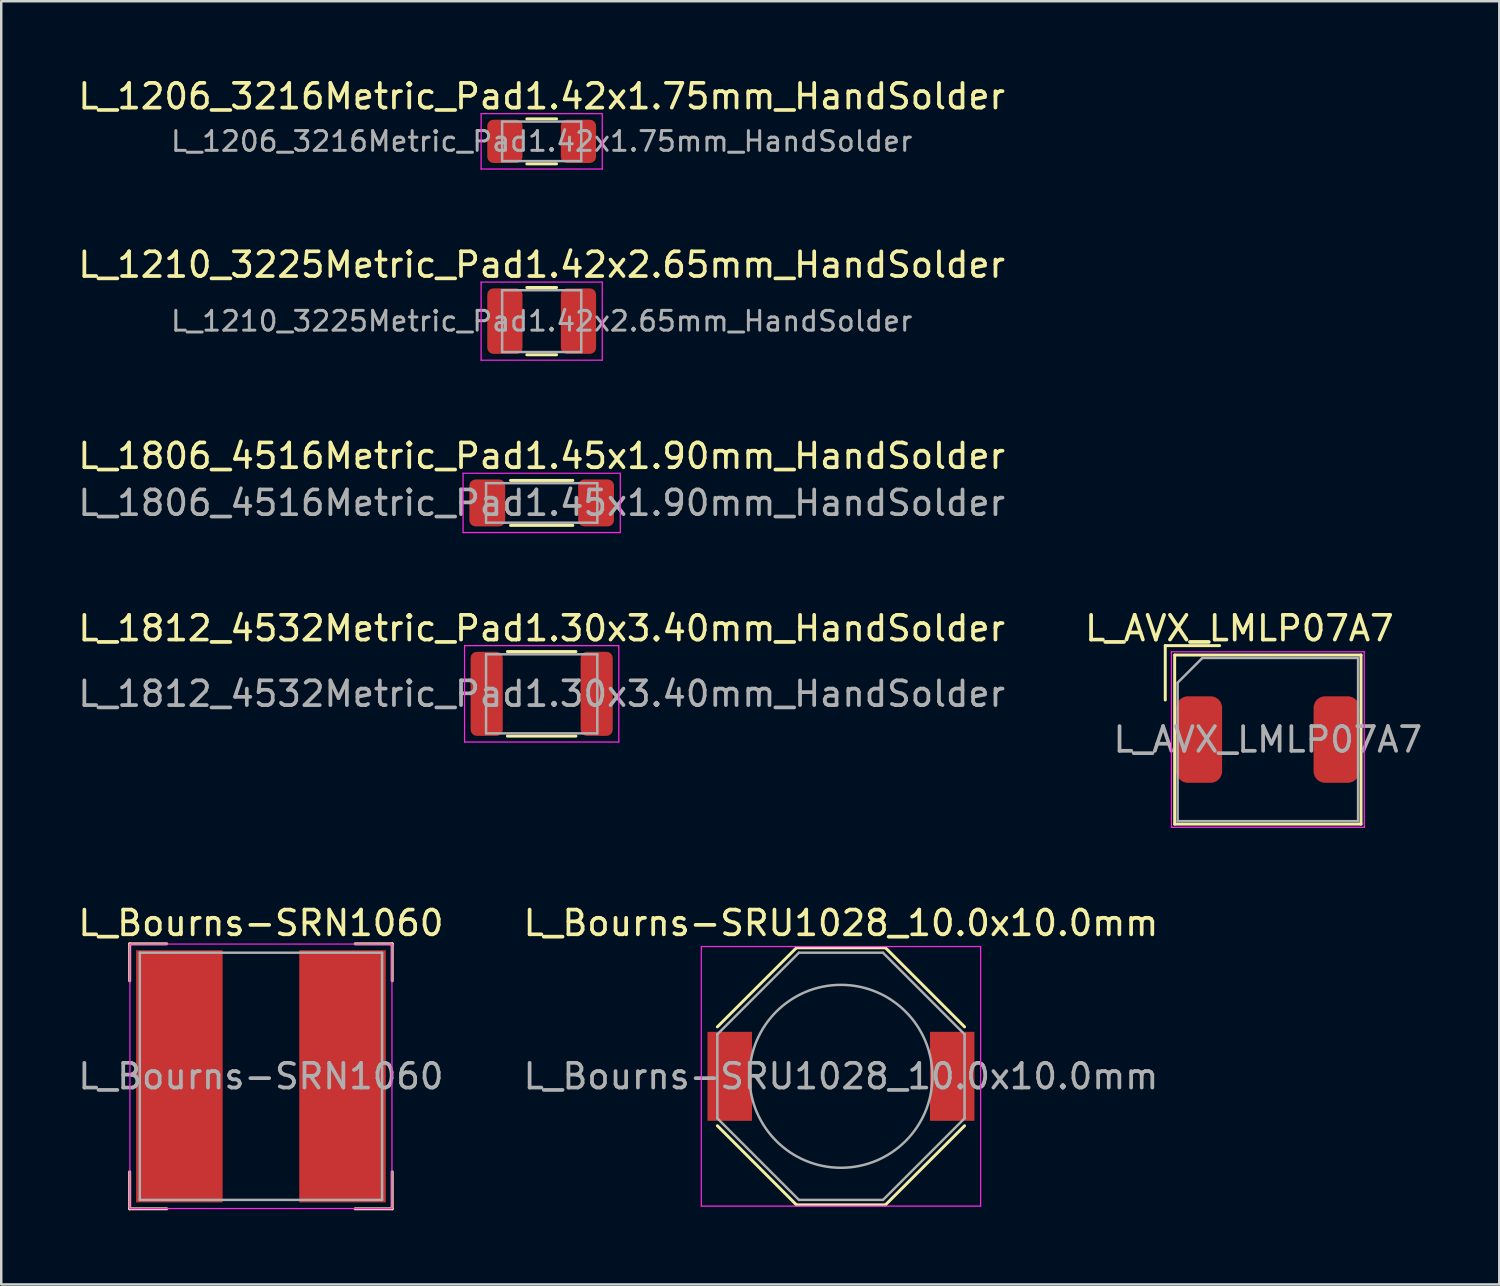
<source format=kicad_pcb>
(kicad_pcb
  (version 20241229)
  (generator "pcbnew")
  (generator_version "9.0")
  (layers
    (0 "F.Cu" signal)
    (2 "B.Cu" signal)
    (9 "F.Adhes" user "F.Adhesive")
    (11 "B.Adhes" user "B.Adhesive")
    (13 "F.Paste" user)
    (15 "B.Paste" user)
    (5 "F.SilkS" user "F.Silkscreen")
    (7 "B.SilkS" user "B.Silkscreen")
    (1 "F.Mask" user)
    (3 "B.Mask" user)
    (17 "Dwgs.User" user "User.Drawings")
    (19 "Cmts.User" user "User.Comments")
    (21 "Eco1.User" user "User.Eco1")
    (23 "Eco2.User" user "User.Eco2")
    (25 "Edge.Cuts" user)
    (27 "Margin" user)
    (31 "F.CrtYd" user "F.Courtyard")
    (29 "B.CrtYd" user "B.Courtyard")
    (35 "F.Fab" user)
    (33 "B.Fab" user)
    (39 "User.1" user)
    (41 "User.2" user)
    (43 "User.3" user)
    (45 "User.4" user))
  (footprint "L_Bourns-SRN1060"
    (layer "F.Cu")
    (at 7.506 40.491)
    (property "Reference" "L_Bourns-SRN1060" (at 0 -6.2 0) (layer "F.SilkS") (effects (font (size 1 1) (thickness 0.15))))
    (attr smd)
    (fp_line (start -5.31 -5.36) (end -5.31 -3.86) (stroke (width 0.12) (type solid)) (layer "F.SilkS"))
    (fp_line (start -5.31 -5.36) (end -3.81 -5.36) (stroke (width 0.12) (type solid)) (layer "F.SilkS"))
    (fp_line (start -5.31 5.36) (end -5.31 3.86) (stroke (width 0.12) (type solid)) (layer "F.SilkS"))
    (fp_line (start -5.31 5.36) (end -3.81 5.36) (stroke (width 0.12) (type solid)) (layer "F.SilkS"))
    (fp_line (start 5.31 -5.36) (end 3.81 -5.36) (stroke (width 0.12) (type solid)) (layer "F.SilkS"))
    (fp_line (start 5.31 -5.36) (end 5.31 -3.86) (stroke (width 0.12) (type solid)) (layer "F.SilkS"))
    (fp_line (start 5.31 5.36) (end 3.81 5.36) (stroke (width 0.12) (type solid)) (layer "F.SilkS"))
    (fp_line (start 5.31 5.36) (end 5.31 3.86) (stroke (width 0.12) (type solid)) (layer "F.SilkS"))
    (fp_line (start -5.3 -5.35) (end -5.3 5.35) (stroke (width 0.05) (type solid)) (layer "F.CrtYd"))
    (fp_line (start -5.3 -5.35) (end 5.3 -5.35) (stroke (width 0.05) (type solid)) (layer "F.CrtYd"))
    (fp_line (start -5.3 5.35) (end 5.3 5.35) (stroke (width 0.05) (type solid)) (layer "F.CrtYd"))
    (fp_line (start 5.3 -5.35) (end 5.3 5.35) (stroke (width 0.05) (type solid)) (layer "F.CrtYd"))
    (fp_line (start -4.9 -5) (end -4.9 5) (stroke (width 0.1) (type solid)) (layer "F.Fab"))
    (fp_line (start -4.9 -5) (end 4.9 -5) (stroke (width 0.1) (type solid)) (layer "F.Fab"))
    (fp_line (start -4.9 5) (end 4.9 5) (stroke (width 0.1) (type solid)) (layer "F.Fab"))
    (fp_line (start 4.9 -5) (end 4.9 5) (stroke (width 0.1) (type solid)) (layer "F.Fab"))
    (fp_text user "${REFERENCE}" (at 0 0 0) (layer "F.Fab") (effects (font (size 1 1) (thickness 0.15))))
    (pad "1" smd rect (at -3.3 0) (size 3.5 10.2) (layers "F.Cu" "F.Mask" "F.Paste"))
    (pad "2" smd rect (at 3.3 0) (size 3.5 10.2) (layers "F.Cu" "F.Mask" "F.Paste")))
  (footprint "L_1210_3225Metric_Pad1.42x2.65mm_HandSolder"
    (layer "F.Cu")
    (at 18.863 9.941)
    (property "Reference" "L_1210_3225Metric_Pad1.42x2.65mm_HandSolder" (at 0 -2.28 0) (layer "F.SilkS") (effects (font (size 1 1) (thickness 0.15))))
    (attr smd)
    (fp_line (start -0.602 -1.36) (end 0.602 -1.36) (stroke (width 0.12) (type solid)) (layer "F.SilkS"))
    (fp_line (start -0.602 1.36) (end 0.602 1.36) (stroke (width 0.12) (type solid)) (layer "F.SilkS"))
    (fp_line (start -2.45 -1.58) (end 2.45 -1.58) (stroke (width 0.05) (type solid)) (layer "F.CrtYd"))
    (fp_line (start -2.45 1.58) (end -2.45 -1.58) (stroke (width 0.05) (type solid)) (layer "F.CrtYd"))
    (fp_line (start 2.45 -1.58) (end 2.45 1.58) (stroke (width 0.05) (type solid)) (layer "F.CrtYd"))
    (fp_line (start 2.45 1.58) (end -2.45 1.58) (stroke (width 0.05) (type solid)) (layer "F.CrtYd"))
    (fp_line (start -1.6 -1.25) (end 1.6 -1.25) (stroke (width 0.1) (type solid)) (layer "F.Fab"))
    (fp_line (start -1.6 1.25) (end -1.6 -1.25) (stroke (width 0.1) (type solid)) (layer "F.Fab"))
    (fp_line (start 1.6 -1.25) (end 1.6 1.25) (stroke (width 0.1) (type solid)) (layer "F.Fab"))
    (fp_line (start 1.6 1.25) (end -1.6 1.25) (stroke (width 0.1) (type solid)) (layer "F.Fab"))
    (fp_text user "${REFERENCE}" (at 0 0 0) (layer "F.Fab") (effects (font (size 0.8 0.8) (thickness 0.12))))
    (pad "1" smd roundrect (at -1.488 0) (size 1.425 2.65) (layers "F.Cu" "F.Mask" "F.Paste") (roundrect_rratio 0.175))
    (pad "2" smd roundrect (at 1.488 0) (size 1.425 2.65) (layers "F.Cu" "F.Mask" "F.Paste") (roundrect_rratio 0.175)))
  (footprint "L_1806_4516Metric_Pad1.45x1.90mm_HandSolder"
    (layer "F.Cu")
    (at 18.863 17.295)
    (property "Reference" "L_1806_4516Metric_Pad1.45x1.90mm_HandSolder" (at 0 -1.9 0) (layer "F.SilkS") (effects (font (size 1 1) (thickness 0.15))))
    (attr smd)
    (fp_line (start -1.26 -0.91) (end 1.26 -0.91) (stroke (width 0.12) (type solid)) (layer "F.SilkS"))
    (fp_line (start -1.26 0.91) (end 1.26 0.91) (stroke (width 0.12) (type solid)) (layer "F.SilkS"))
    (fp_line (start -3.18 -1.2) (end 3.18 -1.2) (stroke (width 0.05) (type solid)) (layer "F.CrtYd"))
    (fp_line (start -3.18 1.2) (end -3.18 -1.2) (stroke (width 0.05) (type solid)) (layer "F.CrtYd"))
    (fp_line (start 3.18 -1.2) (end 3.18 1.2) (stroke (width 0.05) (type solid)) (layer "F.CrtYd"))
    (fp_line (start 3.18 1.2) (end -3.18 1.2) (stroke (width 0.05) (type solid)) (layer "F.CrtYd"))
    (fp_line (start -2.25 -0.8) (end 2.25 -0.8) (stroke (width 0.1) (type solid)) (layer "F.Fab"))
    (fp_line (start -2.25 0.8) (end -2.25 -0.8) (stroke (width 0.1) (type solid)) (layer "F.Fab"))
    (fp_line (start 2.25 -0.8) (end 2.25 0.8) (stroke (width 0.1) (type solid)) (layer "F.Fab"))
    (fp_line (start 2.25 0.8) (end -2.25 0.8) (stroke (width 0.1) (type solid)) (layer "F.Fab"))
    (fp_text user "${REFERENCE}" (at 0 0 0) (layer "F.Fab") (effects (font (size 1 1) (thickness 0.15))))
    (pad "1" smd roundrect (at -2.2 0) (size 1.45 1.9) (layers "F.Cu" "F.Mask" "F.Paste") (roundrect_rratio 0.172))
    (pad "2" smd roundrect (at 2.2 0) (size 1.45 1.9) (layers "F.Cu" "F.Mask" "F.Paste") (roundrect_rratio 0.172)))
  (footprint "L_1812_4532Metric_Pad1.30x3.40mm_HandSolder"
    (layer "F.Cu")
    (at 18.863 25.018)
    (property "Reference" "L_1812_4532Metric_Pad1.30x3.40mm_HandSolder" (at 0 -2.65 0) (layer "F.SilkS") (effects (font (size 1 1) (thickness 0.15))))
    (attr smd)
    (fp_line (start -1.386 -1.71) (end 1.386 -1.71) (stroke (width 0.12) (type solid)) (layer "F.SilkS"))
    (fp_line (start -1.386 1.71) (end 1.386 1.71) (stroke (width 0.12) (type solid)) (layer "F.SilkS"))
    (fp_line (start -3.12 -1.95) (end 3.12 -1.95) (stroke (width 0.05) (type solid)) (layer "F.CrtYd"))
    (fp_line (start -3.12 1.95) (end -3.12 -1.95) (stroke (width 0.05) (type solid)) (layer "F.CrtYd"))
    (fp_line (start 3.12 -1.95) (end 3.12 1.95) (stroke (width 0.05) (type solid)) (layer "F.CrtYd"))
    (fp_line (start 3.12 1.95) (end -3.12 1.95) (stroke (width 0.05) (type solid)) (layer "F.CrtYd"))
    (fp_line (start -2.25 -1.6) (end 2.25 -1.6) (stroke (width 0.1) (type solid)) (layer "F.Fab"))
    (fp_line (start -2.25 1.6) (end -2.25 -1.6) (stroke (width 0.1) (type solid)) (layer "F.Fab"))
    (fp_line (start 2.25 -1.6) (end 2.25 1.6) (stroke (width 0.1) (type solid)) (layer "F.Fab"))
    (fp_line (start 2.25 1.6) (end -2.25 1.6) (stroke (width 0.1) (type solid)) (layer "F.Fab"))
    (fp_text user "${REFERENCE}" (at 0 0 0) (layer "F.Fab") (effects (font (size 1 1) (thickness 0.15))))
    (pad "1" smd roundrect (at -2.225 0) (size 1.3 3.4) (layers "F.Cu" "F.Mask" "F.Paste") (roundrect_rratio 0.192))
    (pad "2" smd roundrect (at 2.225 0) (size 1.3 3.4) (layers "F.Cu" "F.Mask" "F.Paste") (roundrect_rratio 0.192)))
  (footprint "L_AVX_LMLP07A7"
    (layer "F.Cu")
    (at 48.239 26.868)
    (property "Reference" "L_AVX_LMLP07A7" (at -1.15 -4.5 0) (layer "F.SilkS") (effects (font (size 1 1) (thickness 0.15))))
    (attr smd)
    (fp_line (start -4.15 -3.8) (end -1.95 -3.8) (stroke (width 0.12) (type solid)) (layer "F.SilkS"))
    (fp_line (start -4.15 -1.6) (end -4.15 -3.8) (stroke (width 0.12) (type solid)) (layer "F.SilkS"))
    (fp_line (start -3.77 -3.42) (end -3.77 3.42) (stroke (width 0.12) (type solid)) (layer "F.SilkS"))
    (fp_line (start -3.77 -3.42) (end 3.77 -3.42) (stroke (width 0.12) (type solid)) (layer "F.SilkS"))
    (fp_line (start -3.77 3.42) (end 3.77 3.42) (stroke (width 0.12) (type solid)) (layer "F.SilkS"))
    (fp_line (start 3.77 -3.42) (end 3.77 3.42) (stroke (width 0.12) (type solid)) (layer "F.SilkS"))
    (fp_line (start -3.9 -3.55) (end -3.9 3.55) (stroke (width 0.05) (type solid)) (layer "F.CrtYd"))
    (fp_line (start -3.9 -3.55) (end 3.9 -3.55) (stroke (width 0.05) (type solid)) (layer "F.CrtYd"))
    (fp_line (start -3.9 3.55) (end 3.9 3.55) (stroke (width 0.05) (type solid)) (layer "F.CrtYd"))
    (fp_line (start 3.9 -3.55) (end 3.9 3.55) (stroke (width 0.05) (type solid)) (layer "F.CrtYd"))
    (fp_line (start -3.65 -2.3) (end -2.65 -3.3) (stroke (width 0.1) (type solid)) (layer "F.Fab"))
    (fp_line (start -3.65 3.3) (end -3.65 -2.3) (stroke (width 0.1) (type solid)) (layer "F.Fab"))
    (fp_line (start -2.65 -3.3) (end 3.65 -3.3) (stroke (width 0.1) (type solid)) (layer "F.Fab"))
    (fp_line (start 3.65 -3.3) (end 3.65 3.3) (stroke (width 0.1) (type solid)) (layer "F.Fab"))
    (fp_line (start 3.65 3.3) (end -3.65 3.3) (stroke (width 0.1) (type solid)) (layer "F.Fab"))
    (fp_text user "${REFERENCE}" (at 0 0 0) (layer "F.Fab") (effects (font (size 1 1) (thickness 0.15))))
    (pad "1" smd roundrect (at -2.775 0) (size 1.85 3.5) (layers "F.Cu" "F.Mask" "F.Paste") (roundrect_rratio 0.25))
    (pad "2" smd roundrect (at 2.775 0) (size 1.85 3.5) (layers "F.Cu" "F.Mask" "F.Paste") (roundrect_rratio 0.25)))
  (footprint "L_1206_3216Metric_Pad1.42x1.75mm_HandSolder"
    (layer "F.Cu")
    (at 18.863 2.668)
    (property "Reference" "L_1206_3216Metric_Pad1.42x1.75mm_HandSolder" (at 0 -1.82 0) (layer "F.SilkS") (effects (font (size 1 1) (thickness 0.15))))
    (attr smd)
    (fp_line (start -0.602 -0.91) (end 0.602 -0.91) (stroke (width 0.12) (type solid)) (layer "F.SilkS"))
    (fp_line (start -0.602 0.91) (end 0.602 0.91) (stroke (width 0.12) (type solid)) (layer "F.SilkS"))
    (fp_line (start -2.45 -1.12) (end 2.45 -1.12) (stroke (width 0.05) (type solid)) (layer "F.CrtYd"))
    (fp_line (start -2.45 1.12) (end -2.45 -1.12) (stroke (width 0.05) (type solid)) (layer "F.CrtYd"))
    (fp_line (start 2.45 -1.12) (end 2.45 1.12) (stroke (width 0.05) (type solid)) (layer "F.CrtYd"))
    (fp_line (start 2.45 1.12) (end -2.45 1.12) (stroke (width 0.05) (type solid)) (layer "F.CrtYd"))
    (fp_line (start -1.6 -0.8) (end 1.6 -0.8) (stroke (width 0.1) (type solid)) (layer "F.Fab"))
    (fp_line (start -1.6 0.8) (end -1.6 -0.8) (stroke (width 0.1) (type solid)) (layer "F.Fab"))
    (fp_line (start 1.6 -0.8) (end 1.6 0.8) (stroke (width 0.1) (type solid)) (layer "F.Fab"))
    (fp_line (start 1.6 0.8) (end -1.6 0.8) (stroke (width 0.1) (type solid)) (layer "F.Fab"))
    (fp_text user "${REFERENCE}" (at 0 0 0) (layer "F.Fab") (effects (font (size 0.8 0.8) (thickness 0.12))))
    (pad "1" smd roundrect (at -1.488 0) (size 1.425 1.75) (layers "F.Cu" "F.Mask" "F.Paste") (roundrect_rratio 0.175))
    (pad "2" smd roundrect (at 1.488 0) (size 1.425 1.75) (layers "F.Cu" "F.Mask" "F.Paste") (roundrect_rratio 0.175)))
  (footprint "L_Bourns-SRU1028_10.0x10.0mm"
    (layer "F.Cu")
    (at 30.97 40.491)
    (property "Reference" "L_Bourns-SRU1028_10.0x10.0mm" (at 0 -6.2 0) (layer "F.SilkS") (effects (font (size 1 1) (thickness 0.15))))
    (attr smd)
    (fp_line (start -1.8 -5.2) (end -5 -2) (stroke (width 0.12) (type solid)) (layer "F.SilkS"))
    (fp_line (start -1.8 -5.2) (end 1.8 -5.2) (stroke (width 0.12) (type solid)) (layer "F.SilkS"))
    (fp_line (start -1.8 5.2) (end -5 2) (stroke (width 0.12) (type solid)) (layer "F.SilkS"))
    (fp_line (start 1.8 -5.2) (end 5 -2) (stroke (width 0.12) (type solid)) (layer "F.SilkS"))
    (fp_line (start 1.8 5.2) (end -1.8 5.2) (stroke (width 0.12) (type solid)) (layer "F.SilkS"))
    (fp_line (start 1.8 5.2) (end 5 2) (stroke (width 0.12) (type solid)) (layer "F.SilkS"))
    (fp_line (start -5.65 -5.25) (end 5.65 -5.25) (stroke (width 0.05) (type solid)) (layer "F.CrtYd"))
    (fp_line (start -5.65 5.25) (end -5.65 -5.25) (stroke (width 0.05) (type solid)) (layer "F.CrtYd"))
    (fp_line (start 5.65 -5.25) (end 5.65 5.25) (stroke (width 0.05) (type solid)) (layer "F.CrtYd"))
    (fp_line (start 5.65 5.25) (end -5.65 5.25) (stroke (width 0.05) (type solid)) (layer "F.CrtYd"))
    (fp_line (start -5 -1.7) (end -1.7 -5) (stroke (width 0.1) (type solid)) (layer "F.Fab"))
    (fp_line (start -5 1.7) (end -5 -1.7) (stroke (width 0.1) (type solid)) (layer "F.Fab"))
    (fp_line (start -1.7 -5) (end 1.7 -5) (stroke (width 0.1) (type solid)) (layer "F.Fab"))
    (fp_line (start -1.7 5) (end -5 1.7) (stroke (width 0.1) (type solid)) (layer "F.Fab"))
    (fp_line (start 1.7 -5) (end 5 -1.7) (stroke (width 0.1) (type solid)) (layer "F.Fab"))
    (fp_line (start 1.7 5) (end -1.7 5) (stroke (width 0.1) (type solid)) (layer "F.Fab"))
    (fp_line (start 5 -1.7) (end 5 1.7) (stroke (width 0.1) (type solid)) (layer "F.Fab"))
    (fp_line (start 5 1.7) (end 1.7 5) (stroke (width 0.1) (type solid)) (layer "F.Fab"))
    (fp_circle (center 0 0) (end 3.7 0) (stroke (width 0.1) (type solid)) (fill no) (layer "F.Fab"))
    (fp_text user "${REFERENCE}" (at 0 0 0) (layer "F.Fab") (effects (font (size 1 1) (thickness 0.15))))
    (pad "1" smd rect (at -4.5 0) (size 1.8 3.6) (layers "F.Cu" "F.Mask" "F.Paste"))
    (pad "2" smd rect (at 4.5 0) (size 1.8 3.6) (layers "F.Cu" "F.Mask" "F.Paste")))
  (gr_rect
    (start -3 -3)
    (end 57.602 48.911)
    (stroke (width 0.1) (type default))
    (fill no)
    (layer "Edge.Cuts")))
</source>
